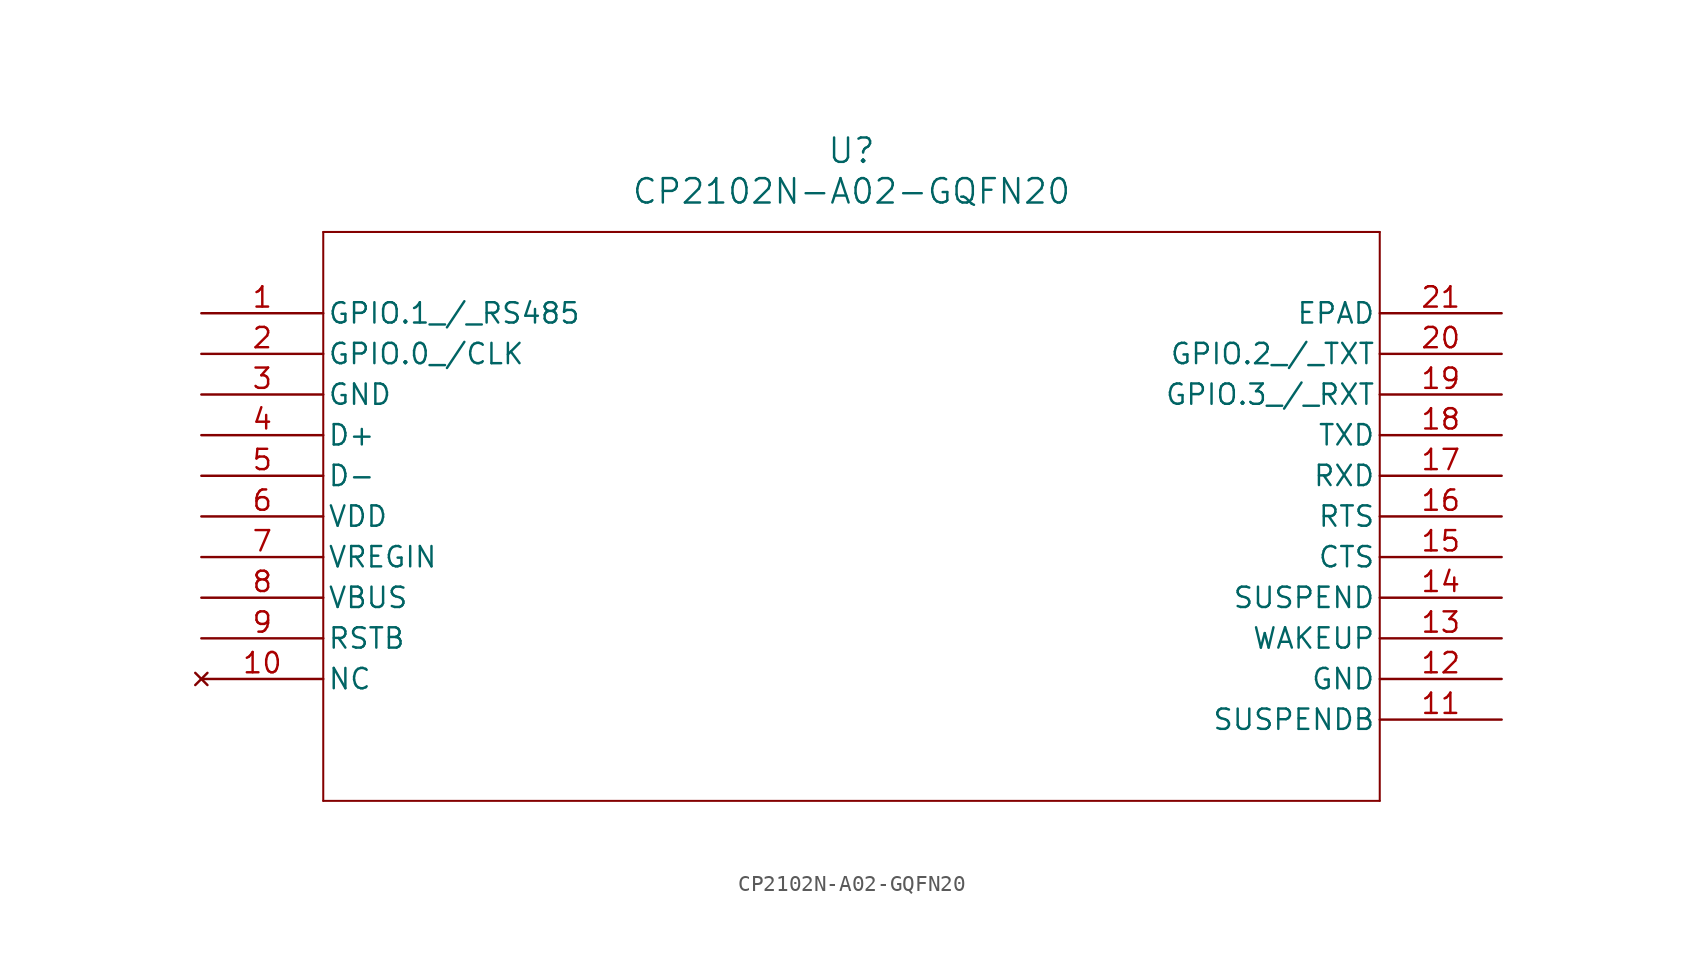
<source format=kicad_sym>
(kicad_symbol_lib
  (version 20211014)
  (generator kicad_symbol_editor)
  (symbol "CP2102N-A02-GQFN20"
    (pin_names
      (offset 0.254))
    (property "Reference" "U"
      (at 40.64 10.16 0)
      (effects (font (size 1.524 1.524))))
    (property "Value" "CP2102N-A02-GQFN20"
      (at 40.64 7.62 0)
      (effects (font (size 1.524 1.524))))
    (symbol "CP2102N-A02-GQFN20_0_1"
      (polyline (pts (xy 7.62 5.08) (xy 7.62 -30.48)) (stroke (width 0.127) (type default) (color 0 0 0 0)) (fill (type none)))
      (polyline (pts (xy 7.62 -30.48) (xy 73.66 -30.48)) (stroke (width 0.127) (type default) (color 0 0 0 0)) (fill (type none)))
      (polyline (pts (xy 73.66 -30.48) (xy 73.66 5.08)) (stroke (width 0.127) (type default) (color 0 0 0 0)) (fill (type none)))
      (polyline (pts (xy 73.66 5.08) (xy 7.62 5.08)) (stroke (width 0.127) (type default) (color 0 0 0 0)) (fill (type none)))
      (pin bidirectional line (at 0 0 0) (length 7.62) (name "GPIO.1 / RS485" (effects (font (size 1.27 1.27)))) (number "1" (effects (font (size 1.27 1.27)))))
      (pin bidirectional line (at 0 -2.54 0) (length 7.62) (name "GPIO.0 /CLK" (effects (font (size 1.27 1.27)))) (number "2" (effects (font (size 1.27 1.27)))))
      (pin power_out line (at 0 -5.08 0) (length 7.62) (name "GND" (effects (font (size 1.27 1.27)))) (number "3" (effects (font (size 1.27 1.27)))))
      (pin unspecified line (at 0 -7.62 0) (length 7.62) (name "D+" (effects (font (size 1.27 1.27)))) (number "4" (effects (font (size 1.27 1.27)))))
      (pin unspecified line (at 0 -10.16 0) (length 7.62) (name "D-" (effects (font (size 1.27 1.27)))) (number "5" (effects (font (size 1.27 1.27)))))
      (pin power_in line (at 0 -12.7 0) (length 7.62) (name "VDD" (effects (font (size 1.27 1.27)))) (number "6" (effects (font (size 1.27 1.27)))))
      (pin unspecified line (at 0 -15.24 0) (length 7.62) (name "VREGIN" (effects (font (size 1.27 1.27)))) (number "7" (effects (font (size 1.27 1.27)))))
      (pin unspecified line (at 0 -17.78 0) (length 7.62) (name "VBUS" (effects (font (size 1.27 1.27)))) (number "8" (effects (font (size 1.27 1.27)))))
      (pin unspecified line (at 0 -20.32 0) (length 7.62) (name "RSTB" (effects (font (size 1.27 1.27)))) (number "9" (effects (font (size 1.27 1.27)))))
      (pin no_connect line (at 0 -22.86 0) (length 7.62) (name "NC" (effects (font (size 1.27 1.27)))) (number "10" (effects (font (size 1.27 1.27)))))
      (pin unspecified line (at 81.28 -25.4 180) (length 7.62) (name "SUSPENDB" (effects (font (size 1.27 1.27)))) (number "11" (effects (font (size 1.27 1.27)))))
      (pin power_out line (at 81.28 -22.86 180) (length 7.62) (name "GND" (effects (font (size 1.27 1.27)))) (number "12" (effects (font (size 1.27 1.27)))))
      (pin unspecified line (at 81.28 -20.32 180) (length 7.62) (name "WAKEUP" (effects (font (size 1.27 1.27)))) (number "13" (effects (font (size 1.27 1.27)))))
      (pin unspecified line (at 81.28 -17.78 180) (length 7.62) (name "SUSPEND" (effects (font (size 1.27 1.27)))) (number "14" (effects (font (size 1.27 1.27)))))
      (pin unspecified line (at 81.28 -15.24 180) (length 7.62) (name "CTS" (effects (font (size 1.27 1.27)))) (number "15" (effects (font (size 1.27 1.27)))))
      (pin unspecified line (at 81.28 -12.7 180) (length 7.62) (name "RTS" (effects (font (size 1.27 1.27)))) (number "16" (effects (font (size 1.27 1.27)))))
      (pin unspecified line (at 81.28 -10.16 180) (length 7.62) (name "RXD" (effects (font (size 1.27 1.27)))) (number "17" (effects (font (size 1.27 1.27)))))
      (pin unspecified line (at 81.28 -7.62 180) (length 7.62) (name "TXD" (effects (font (size 1.27 1.27)))) (number "18" (effects (font (size 1.27 1.27)))))
      (pin bidirectional line (at 81.28 -5.08 180) (length 7.62) (name "GPIO.3 / RXT" (effects (font (size 1.27 1.27)))) (number "19" (effects (font (size 1.27 1.27)))))
      (pin bidirectional line (at 81.28 -2.54 180) (length 7.62) (name "GPIO.2 / TXT" (effects (font (size 1.27 1.27)))) (number "20" (effects (font (size 1.27 1.27)))))
      (pin power_out line (at 81.28 0 180) (length 7.62) (name "EPAD" (effects (font (size 1.27 1.27)))) (number "21" (effects (font (size 1.27 1.27))))))))
</source>
